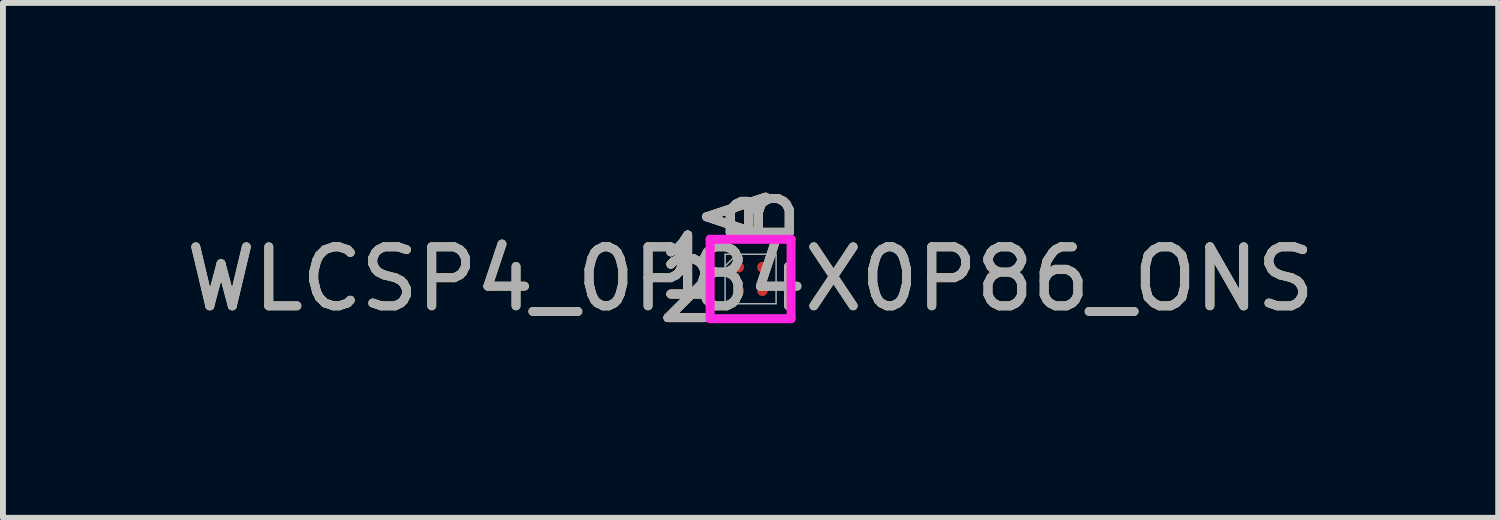
<source format=kicad_pcb>
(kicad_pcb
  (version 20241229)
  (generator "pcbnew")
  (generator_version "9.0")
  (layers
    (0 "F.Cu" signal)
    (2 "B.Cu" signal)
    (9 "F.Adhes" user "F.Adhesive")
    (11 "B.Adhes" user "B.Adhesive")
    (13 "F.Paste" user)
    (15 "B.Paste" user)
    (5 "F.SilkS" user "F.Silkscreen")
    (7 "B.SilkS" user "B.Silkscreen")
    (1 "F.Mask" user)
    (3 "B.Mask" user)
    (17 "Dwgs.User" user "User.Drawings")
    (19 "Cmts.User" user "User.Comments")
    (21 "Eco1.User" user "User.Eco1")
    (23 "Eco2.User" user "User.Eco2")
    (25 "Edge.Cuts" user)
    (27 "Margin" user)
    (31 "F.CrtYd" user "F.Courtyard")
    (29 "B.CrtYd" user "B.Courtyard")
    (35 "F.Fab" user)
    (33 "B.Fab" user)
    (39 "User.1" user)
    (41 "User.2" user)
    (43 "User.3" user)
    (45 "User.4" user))
  (footprint "WLCSP4_0P84X0P86_ONS"
    (layer "F.Cu")
    (at 9.673 1.679)
    (property "Reference" "WLCSP4_0P84X0P86_ONS" (at 0 0 0) (unlocked yes) (layer "F.SilkS") (effects (font (size 1 1) (thickness 0.15))))
    (attr smd)
    (fp_poly (pts (xy -0.845 -0.845) (xy 0.845 -0.845) (xy 0.845 0.845) (xy -0.845 0.845)) (stroke (width 0.1) (type solid)) (fill no) (layer "Eco2.User"))
    (fp_line (start -0.686 -0.673) (end 0.686 -0.673) (stroke (width 0.152) (type solid)) (layer "F.CrtYd"))
    (fp_line (start -0.686 0.673) (end -0.686 -0.673) (stroke (width 0.152) (type solid)) (layer "F.CrtYd"))
    (fp_line (start 0.686 -0.673) (end 0.686 0.673) (stroke (width 0.152) (type solid)) (layer "F.CrtYd"))
    (fp_line (start 0.686 0.673) (end -0.686 0.673) (stroke (width 0.152) (type solid)) (layer "F.CrtYd"))
    (fp_line (start -0.432 -0.419) (end -0.432 0.419) (stroke (width 0.025) (type solid)) (layer "F.Fab"))
    (fp_line (start -0.432 0.419) (end 0.432 0.419) (stroke (width 0.025) (type solid)) (layer "F.Fab"))
    (fp_line (start -0.232 -0.419) (end -0.432 -0.219) (stroke (width 0.025) (type solid)) (layer "F.Fab"))
    (fp_line (start 0.432 -0.419) (end -0.432 -0.419) (stroke (width 0.025) (type solid)) (layer "F.Fab"))
    (fp_line (start 0.432 0.419) (end 0.432 -0.419) (stroke (width 0.025) (type solid)) (layer "F.Fab"))
    (fp_text user "2" (at -1.067 0.2 0) (unlocked yes) (layer "F.SilkS") (effects (font (size 1 1) (thickness 0.15))))
    (fp_text user "A" (at -0.2 -1.054 90) (unlocked yes) (layer "F.SilkS") (effects (font (size 1 1) (thickness 0.15))))
    (fp_text user "B" (at 0.2 -1.054 90) (unlocked yes) (layer "F.SilkS") (effects (font (size 1 1) (thickness 0.15))))
    (fp_text user "1" (at -1.067 -0.2 0) (unlocked yes) (layer "F.SilkS") (effects (font (size 1 1) (thickness 0.15))))
    (fp_text user "2" (at -1.067 0.2 0) (unlocked yes) (layer "B.SilkS") (effects (font (size 1 1) (thickness 0.15))))
    (fp_text user "1" (at -1.067 -0.2 0) (unlocked yes) (layer "B.SilkS") (effects (font (size 1 1) (thickness 0.15))))
    (fp_text user "A" (at -0.2 -1.054 90) (unlocked yes) (layer "B.SilkS") (effects (font (size 1 1) (thickness 0.15))))
    (fp_text user "B" (at 0.2 -1.054 90) (unlocked yes) (layer "B.SilkS") (effects (font (size 1 1) (thickness 0.15))))
    (fp_text user "A" (at -0.2 -1.054 90) (unlocked yes) (layer "F.Fab") (effects (font (size 1 1) (thickness 0.15))))
    (fp_text user "1" (at -1.067 -0.2 0) (unlocked yes) (layer "F.Fab") (effects (font (size 1 1) (thickness 0.15))))
    (fp_text user "2" (at -1.067 0.2 0) (unlocked yes) (layer "F.Fab") (effects (font (size 1 1) (thickness 0.15))))
    (fp_text user "${REFERENCE}" (at 0 0 0) (unlocked yes) (layer "F.Fab") (effects (font (size 1 1) (thickness 0.15))))
    (fp_text user "B" (at 0.2 -1.054 90) (unlocked yes) (layer "F.Fab") (effects (font (size 1 1) (thickness 0.15))))
    (pad "A1" smd circle (at -0.2 -0.2) (size 0.178 0.178) (layers "F.Cu" "F.Mask" "F.Paste"))
    (pad "A2" smd circle (at -0.2 0.2) (size 0.178 0.178) (layers "F.Cu" "F.Mask" "F.Paste"))
    (pad "B1" smd circle (at 0.2 -0.2) (size 0.178 0.178) (layers "F.Cu" "F.Mask" "F.Paste"))
    (pad "B2" smd circle (at 0.2 0.2) (size 0.178 0.178) (layers "F.Cu" "F.Mask" "F.Paste")))
  (gr_rect
    (start -3 -3)
    (end 22.345 5.727)
    (stroke (width 0.1) (type default))
    (fill no)
    (layer "Edge.Cuts")))
</source>
